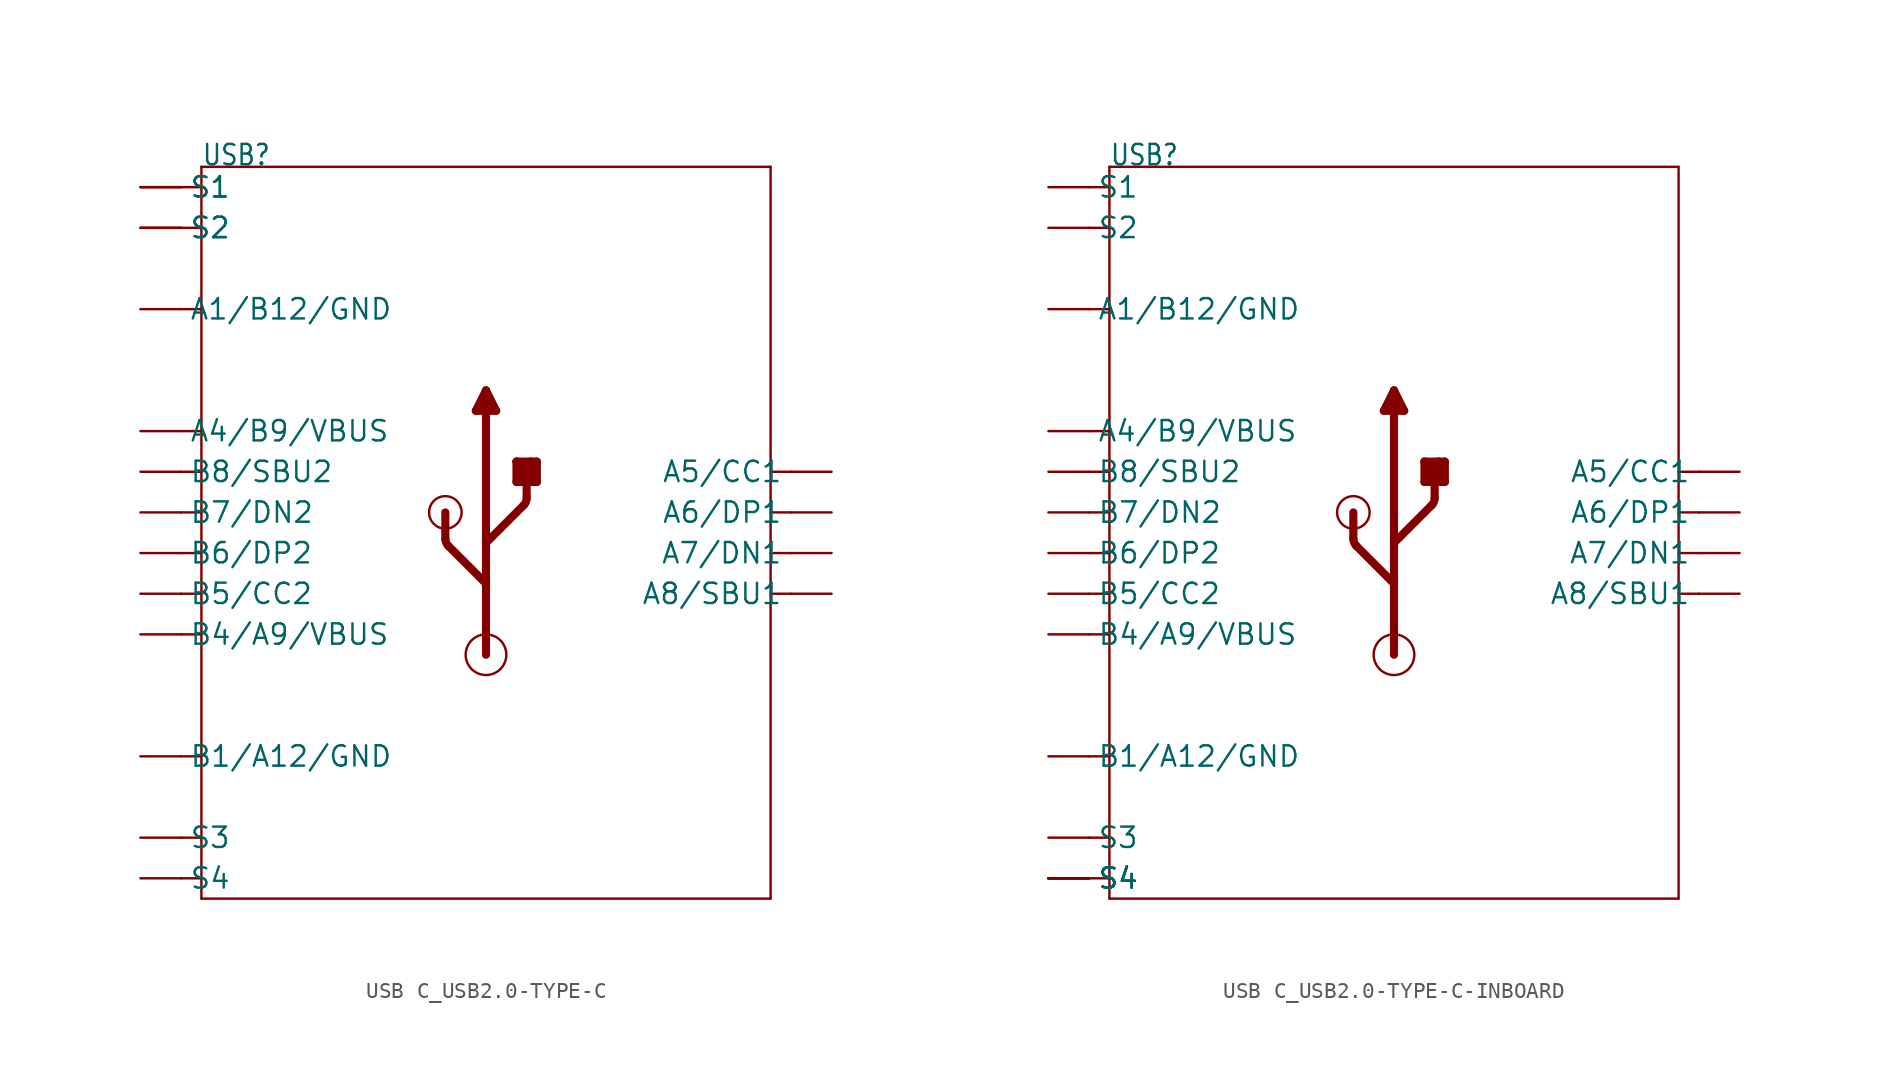
<source format=kicad_sym>
(kicad_symbol_lib
  (version 20231120)
  (generator "kicad_symbol_editor")
  (generator_version "8.0")
  (symbol "USB C_USB2.0-TYPE-C"
    (property "Reference" "USB"
      (at -17.78 22.86 0)
      (effects (font (size 1.27 1.079)) (justify left bottom)))
    (property "Value" ""
      (at -7.62 22.86 0)
      (effects (font (size 1.27 1.079)) (justify left bottom)))
    (property "ki_locked" ""
      (at 0 0 0)
      (effects (font (size 1.27 1.27))))
    (symbol "USB C_USB2.0-TYPE-C_1_0"
      (arc (start -2.5401 -0.3719) (mid -2.4917 -0.6149) (end -2.354 -0.8209) (stroke (width 0.508) (type solid)) (fill (type none)))
      (circle (center -2.54 1.27) (radius 1.016) (stroke (width 0) (type solid)) (fill (type none)))
      (circle (center 0 -7.62) (radius 1.27) (stroke (width 0) (type solid)) (fill (type none)))
      (polyline (pts (xy -19.05 -21.59) (xy -17.78 -21.59)) (stroke (width 0.152) (type solid)) (fill (type none)))
      (polyline (pts (xy -19.05 -19.05) (xy -17.78 -19.05)) (stroke (width 0.152) (type solid)) (fill (type none)))
      (polyline (pts (xy -19.05 -13.97) (xy -17.78 -13.97)) (stroke (width 0.152) (type solid)) (fill (type none)))
      (polyline (pts (xy -19.05 -6.35) (xy -17.78 -6.35)) (stroke (width 0.152) (type solid)) (fill (type none)))
      (polyline (pts (xy -19.05 -3.81) (xy -17.78 -3.81)) (stroke (width 0.152) (type solid)) (fill (type none)))
      (polyline (pts (xy -19.05 -1.27) (xy -17.78 -1.27)) (stroke (width 0.152) (type solid)) (fill (type none)))
      (polyline (pts (xy -19.05 1.27) (xy -17.78 1.27)) (stroke (width 0.152) (type solid)) (fill (type none)))
      (polyline (pts (xy -19.05 3.81) (xy -17.78 3.81)) (stroke (width 0.152) (type solid)) (fill (type none)))
      (polyline (pts (xy -19.05 6.35) (xy -17.78 6.35)) (stroke (width 0.152) (type solid)) (fill (type none)))
      (polyline (pts (xy -19.05 13.97) (xy -17.78 13.97)) (stroke (width 0.152) (type solid)) (fill (type none)))
      (polyline (pts (xy -19.05 19.05) (xy -17.78 19.05)) (stroke (width 0.152) (type solid)) (fill (type none)))
      (polyline (pts (xy -19.05 21.59) (xy -17.78 21.59)) (stroke (width 0.152) (type solid)) (fill (type none)))
      (polyline (pts (xy -17.78 -22.86) (xy -17.78 -21.59)) (stroke (width 0.152) (type solid)) (fill (type none)))
      (polyline (pts (xy -17.78 -21.59) (xy -17.78 -19.05)) (stroke (width 0.152) (type solid)) (fill (type none)))
      (polyline (pts (xy -17.78 -19.05) (xy -17.78 6.35)) (stroke (width 0.152) (type solid)) (fill (type none)))
      (polyline (pts (xy -17.78 6.35) (xy -17.78 13.97)) (stroke (width 0.152) (type solid)) (fill (type none)))
      (polyline (pts (xy -17.78 13.97) (xy -17.78 19.05)) (stroke (width 0.152) (type solid)) (fill (type none)))
      (polyline (pts (xy -17.78 19.05) (xy -17.78 21.59)) (stroke (width 0.152) (type solid)) (fill (type none)))
      (polyline (pts (xy -17.78 21.59) (xy -17.78 22.86)) (stroke (width 0.152) (type solid)) (fill (type none)))
      (polyline (pts (xy -17.78 22.86) (xy 17.78 22.86)) (stroke (width 0.152) (type solid)) (fill (type none)))
      (polyline (pts (xy -2.54 -0.372) (xy -2.54 1.27)) (stroke (width 0.508) (type solid)) (fill (type none)))
      (polyline (pts (xy -0.635 7.62) (xy 0.635 7.62)) (stroke (width 0.508) (type solid)) (fill (type none)))
      (polyline (pts (xy 0 -7.62) (xy 0 -3.175)) (stroke (width 0.508) (type solid)) (fill (type none)))
      (polyline (pts (xy 0 -3.175) (xy -2.354 -0.821)) (stroke (width 0.508) (type solid)) (fill (type none)))
      (polyline (pts (xy 0 -3.175) (xy 0 -0.635)) (stroke (width 0.508) (type solid)) (fill (type none)))
      (polyline (pts (xy 0 -0.635) (xy 0 8.89)) (stroke (width 0.508) (type solid)) (fill (type none)))
      (polyline (pts (xy 0 -0.635) (xy 2.354 1.719)) (stroke (width 0.508) (type solid)) (fill (type none)))
      (polyline (pts (xy 0 8.89) (xy -0.635 7.62)) (stroke (width 0.508) (type solid)) (fill (type none)))
      (polyline (pts (xy 0.635 7.62) (xy 0 8.89)) (stroke (width 0.508) (type solid)) (fill (type none)))
      (polyline (pts (xy 1.905 3.175) (xy 1.905 4.445)) (stroke (width 0.508) (type solid)) (fill (type none)))
      (polyline (pts (xy 1.905 4.445) (xy 2.794 4.445)) (stroke (width 0.508) (type solid)) (fill (type none)))
      (polyline (pts (xy 2.159 3.302) (xy 2.159 3.81)) (stroke (width 0.508) (type solid)) (fill (type none)))
      (polyline (pts (xy 2.54 2.168) (xy 2.54 3.81)) (stroke (width 0.508) (type solid)) (fill (type none)))
      (polyline (pts (xy 2.54 3.81) (xy 1.905 4.445)) (stroke (width 0.508) (type solid)) (fill (type none)))
      (polyline (pts (xy 2.794 3.302) (xy 2.159 3.302)) (stroke (width 0.508) (type solid)) (fill (type none)))
      (polyline (pts (xy 2.794 4.445) (xy 2.794 3.302)) (stroke (width 0.508) (type solid)) (fill (type none)))
      (polyline (pts (xy 2.794 4.445) (xy 3.175 4.445)) (stroke (width 0.508) (type solid)) (fill (type none)))
      (polyline (pts (xy 3.175 3.175) (xy 1.905 3.175)) (stroke (width 0.508) (type solid)) (fill (type none)))
      (polyline (pts (xy 3.175 4.445) (xy 3.175 3.175)) (stroke (width 0.508) (type solid)) (fill (type none)))
      (polyline (pts (xy 17.78 -22.86) (xy -17.78 -22.86)) (stroke (width 0.152) (type solid)) (fill (type none)))
      (polyline (pts (xy 17.78 22.86) (xy 17.78 -22.86)) (stroke (width 0.152) (type solid)) (fill (type none)))
      (polyline (pts (xy 19.05 -3.81) (xy 17.78 -3.81)) (stroke (width 0.152) (type solid)) (fill (type none)))
      (polyline (pts (xy 19.05 -1.27) (xy 17.78 -1.27)) (stroke (width 0.152) (type solid)) (fill (type none)))
      (polyline (pts (xy 19.05 1.27) (xy 17.78 1.27)) (stroke (width 0.152) (type solid)) (fill (type none)))
      (polyline (pts (xy 19.05 3.81) (xy 17.78 3.81)) (stroke (width 0.152) (type solid)) (fill (type none)))
      (arc (start 2.354 1.719) (mid 2.4916 1.925) (end 2.54 2.168) (stroke (width 0.508) (type solid)) (fill (type none)))
      (pin bidirectional line (at -21.59 13.97 0) (length 2.54) (name "A1/B12/GND" (effects (font (size 1.27 1.27)))) (number "A1_B12" (effects (font (size 0 0)))))
      (pin bidirectional line (at -21.59 6.35 0) (length 2.54) (name "A4/B9/VBUS" (effects (font (size 1.27 1.27)))) (number "A4_B9" (effects (font (size 0 0)))))
      (pin bidirectional line (at 21.59 3.81 180) (length 2.54) (name "A5/CC1" (effects (font (size 1.27 1.27)))) (number "A5" (effects (font (size 0 0)))))
      (pin bidirectional line (at 21.59 1.27 180) (length 2.54) (name "A6/DP1" (effects (font (size 1.27 1.27)))) (number "A6" (effects (font (size 0 0)))))
      (pin bidirectional line (at 21.59 -1.27 180) (length 2.54) (name "A7/DN1" (effects (font (size 1.27 1.27)))) (number "A7" (effects (font (size 0 0)))))
      (pin bidirectional line (at 21.59 -3.81 180) (length 2.54) (name "A8/SBU1" (effects (font (size 1.27 1.27)))) (number "A8" (effects (font (size 0 0)))))
      (pin bidirectional line (at -21.59 -13.97 0) (length 2.54) (name "B1/A12/GND" (effects (font (size 1.27 1.27)))) (number "B1_A12" (effects (font (size 0 0)))))
      (pin bidirectional line (at -21.59 -6.35 0) (length 2.54) (name "B4/A9/VBUS" (effects (font (size 1.27 1.27)))) (number "B4_A9" (effects (font (size 0 0)))))
      (pin bidirectional line (at -21.59 -3.81 0) (length 2.54) (name "B5/CC2" (effects (font (size 1.27 1.27)))) (number "B5" (effects (font (size 0 0)))))
      (pin bidirectional line (at -21.59 -1.27 0) (length 2.54) (name "B6/DP2" (effects (font (size 1.27 1.27)))) (number "B6" (effects (font (size 0 0)))))
      (pin bidirectional line (at -21.59 1.27 0) (length 2.54) (name "B7/DN2" (effects (font (size 1.27 1.27)))) (number "B7" (effects (font (size 0 0)))))
      (pin bidirectional line (at -21.59 3.81 0) (length 2.54) (name "B8/SBU2" (effects (font (size 1.27 1.27)))) (number "B8" (effects (font (size 0 0)))))
      (pin bidirectional line (at -21.59 21.59 0) (length 2.54) (name "S1" (effects (font (size 1.27 1.27)))) (number "S1" (effects (font (size 0 0)))))
      (pin bidirectional line (at -21.59 19.05 0) (length 2.54) (name "S2" (effects (font (size 1.27 1.27)))) (number "S2" (effects (font (size 0 0)))))
      (pin bidirectional line (at -21.59 -19.05 0) (length 2.54) (name "S3" (effects (font (size 1.27 1.27)))) (number "S3" (effects (font (size 0 0)))))
      (pin bidirectional line (at -21.59 -21.59 0) (length 2.54) (name "S4" (effects (font (size 1.27 1.27)))) (number "S4" (effects (font (size 0 0)))))
      (pin bidirectional line (at -21.59 21.59 0) (length 2.54) (name "S1" (effects (font (size 1.27 1.27)))) (number "S5" (effects (font (size 0 0)))))
      (pin bidirectional line (at -21.59 19.05 0) (length 2.54) (name "S2" (effects (font (size 1.27 1.27)))) (number "S6" (effects (font (size 0 0)))))))
  (symbol "USB C_USB2.0-TYPE-C-INBOARD"
    (property "Reference" "USB"
      (at -17.78 22.86 0)
      (effects (font (size 1.27 1.079)) (justify left bottom)))
    (property "Value" ""
      (at -7.62 22.86 0)
      (effects (font (size 1.27 1.079)) (justify left bottom)))
    (property "ki_locked" ""
      (at 0 0 0)
      (effects (font (size 1.27 1.27))))
    (symbol "USB C_USB2.0-TYPE-C-INBOARD_1_0"
      (arc (start -2.5401 -0.3719) (mid -2.4917 -0.6149) (end -2.354 -0.8209) (stroke (width 0.508) (type solid)) (fill (type none)))
      (circle (center -2.54 1.27) (radius 1.016) (stroke (width 0) (type solid)) (fill (type none)))
      (circle (center 0 -7.62) (radius 1.27) (stroke (width 0) (type solid)) (fill (type none)))
      (polyline (pts (xy -19.05 -21.59) (xy -17.78 -21.59)) (stroke (width 0.152) (type solid)) (fill (type none)))
      (polyline (pts (xy -19.05 -19.05) (xy -17.78 -19.05)) (stroke (width 0.152) (type solid)) (fill (type none)))
      (polyline (pts (xy -19.05 -13.97) (xy -17.78 -13.97)) (stroke (width 0.152) (type solid)) (fill (type none)))
      (polyline (pts (xy -19.05 -6.35) (xy -17.78 -6.35)) (stroke (width 0.152) (type solid)) (fill (type none)))
      (polyline (pts (xy -19.05 -3.81) (xy -17.78 -3.81)) (stroke (width 0.152) (type solid)) (fill (type none)))
      (polyline (pts (xy -19.05 -1.27) (xy -17.78 -1.27)) (stroke (width 0.152) (type solid)) (fill (type none)))
      (polyline (pts (xy -19.05 1.27) (xy -17.78 1.27)) (stroke (width 0.152) (type solid)) (fill (type none)))
      (polyline (pts (xy -19.05 3.81) (xy -17.78 3.81)) (stroke (width 0.152) (type solid)) (fill (type none)))
      (polyline (pts (xy -19.05 6.35) (xy -17.78 6.35)) (stroke (width 0.152) (type solid)) (fill (type none)))
      (polyline (pts (xy -19.05 13.97) (xy -17.78 13.97)) (stroke (width 0.152) (type solid)) (fill (type none)))
      (polyline (pts (xy -19.05 19.05) (xy -17.78 19.05)) (stroke (width 0.152) (type solid)) (fill (type none)))
      (polyline (pts (xy -19.05 21.59) (xy -17.78 21.59)) (stroke (width 0.152) (type solid)) (fill (type none)))
      (polyline (pts (xy -17.78 -22.86) (xy -17.78 -21.59)) (stroke (width 0.152) (type solid)) (fill (type none)))
      (polyline (pts (xy -17.78 -21.59) (xy -17.78 -19.05)) (stroke (width 0.152) (type solid)) (fill (type none)))
      (polyline (pts (xy -17.78 -19.05) (xy -17.78 6.35)) (stroke (width 0.152) (type solid)) (fill (type none)))
      (polyline (pts (xy -17.78 6.35) (xy -17.78 13.97)) (stroke (width 0.152) (type solid)) (fill (type none)))
      (polyline (pts (xy -17.78 13.97) (xy -17.78 19.05)) (stroke (width 0.152) (type solid)) (fill (type none)))
      (polyline (pts (xy -17.78 19.05) (xy -17.78 21.59)) (stroke (width 0.152) (type solid)) (fill (type none)))
      (polyline (pts (xy -17.78 21.59) (xy -17.78 22.86)) (stroke (width 0.152) (type solid)) (fill (type none)))
      (polyline (pts (xy -17.78 22.86) (xy 17.78 22.86)) (stroke (width 0.152) (type solid)) (fill (type none)))
      (polyline (pts (xy -2.54 -0.372) (xy -2.54 1.27)) (stroke (width 0.508) (type solid)) (fill (type none)))
      (polyline (pts (xy -0.635 7.62) (xy 0.635 7.62)) (stroke (width 0.508) (type solid)) (fill (type none)))
      (polyline (pts (xy 0 -7.62) (xy 0 -3.175)) (stroke (width 0.508) (type solid)) (fill (type none)))
      (polyline (pts (xy 0 -3.175) (xy -2.354 -0.821)) (stroke (width 0.508) (type solid)) (fill (type none)))
      (polyline (pts (xy 0 -3.175) (xy 0 -0.635)) (stroke (width 0.508) (type solid)) (fill (type none)))
      (polyline (pts (xy 0 -0.635) (xy 0 8.89)) (stroke (width 0.508) (type solid)) (fill (type none)))
      (polyline (pts (xy 0 -0.635) (xy 2.354 1.719)) (stroke (width 0.508) (type solid)) (fill (type none)))
      (polyline (pts (xy 0 8.89) (xy -0.635 7.62)) (stroke (width 0.508) (type solid)) (fill (type none)))
      (polyline (pts (xy 0.635 7.62) (xy 0 8.89)) (stroke (width 0.508) (type solid)) (fill (type none)))
      (polyline (pts (xy 1.905 3.175) (xy 1.905 4.445)) (stroke (width 0.508) (type solid)) (fill (type none)))
      (polyline (pts (xy 1.905 4.445) (xy 2.794 4.445)) (stroke (width 0.508) (type solid)) (fill (type none)))
      (polyline (pts (xy 2.159 3.302) (xy 2.159 3.81)) (stroke (width 0.508) (type solid)) (fill (type none)))
      (polyline (pts (xy 2.54 2.168) (xy 2.54 3.81)) (stroke (width 0.508) (type solid)) (fill (type none)))
      (polyline (pts (xy 2.54 3.81) (xy 1.905 4.445)) (stroke (width 0.508) (type solid)) (fill (type none)))
      (polyline (pts (xy 2.794 3.302) (xy 2.159 3.302)) (stroke (width 0.508) (type solid)) (fill (type none)))
      (polyline (pts (xy 2.794 4.445) (xy 2.794 3.302)) (stroke (width 0.508) (type solid)) (fill (type none)))
      (polyline (pts (xy 2.794 4.445) (xy 3.175 4.445)) (stroke (width 0.508) (type solid)) (fill (type none)))
      (polyline (pts (xy 3.175 3.175) (xy 1.905 3.175)) (stroke (width 0.508) (type solid)) (fill (type none)))
      (polyline (pts (xy 3.175 4.445) (xy 3.175 3.175)) (stroke (width 0.508) (type solid)) (fill (type none)))
      (polyline (pts (xy 17.78 -22.86) (xy -17.78 -22.86)) (stroke (width 0.152) (type solid)) (fill (type none)))
      (polyline (pts (xy 17.78 22.86) (xy 17.78 -22.86)) (stroke (width 0.152) (type solid)) (fill (type none)))
      (polyline (pts (xy 19.05 -3.81) (xy 17.78 -3.81)) (stroke (width 0.152) (type solid)) (fill (type none)))
      (polyline (pts (xy 19.05 -1.27) (xy 17.78 -1.27)) (stroke (width 0.152) (type solid)) (fill (type none)))
      (polyline (pts (xy 19.05 1.27) (xy 17.78 1.27)) (stroke (width 0.152) (type solid)) (fill (type none)))
      (polyline (pts (xy 19.05 3.81) (xy 17.78 3.81)) (stroke (width 0.152) (type solid)) (fill (type none)))
      (arc (start 2.354 1.719) (mid 2.4916 1.925) (end 2.54 2.168) (stroke (width 0.508) (type solid)) (fill (type none)))
      (pin bidirectional line (at -21.59 13.97 0) (length 2.54) (name "A1/B12/GND" (effects (font (size 1.27 1.27)))) (number "A1_B12" (effects (font (size 0 0)))))
      (pin bidirectional line (at -21.59 6.35 0) (length 2.54) (name "A4/B9/VBUS" (effects (font (size 1.27 1.27)))) (number "A4_B9" (effects (font (size 0 0)))))
      (pin bidirectional line (at 21.59 3.81 180) (length 2.54) (name "A5/CC1" (effects (font (size 1.27 1.27)))) (number "A5" (effects (font (size 0 0)))))
      (pin bidirectional line (at 21.59 1.27 180) (length 2.54) (name "A6/DP1" (effects (font (size 1.27 1.27)))) (number "A6" (effects (font (size 0 0)))))
      (pin bidirectional line (at 21.59 -1.27 180) (length 2.54) (name "A7/DN1" (effects (font (size 1.27 1.27)))) (number "A7" (effects (font (size 0 0)))))
      (pin bidirectional line (at 21.59 -3.81 180) (length 2.54) (name "A8/SBU1" (effects (font (size 1.27 1.27)))) (number "A8" (effects (font (size 0 0)))))
      (pin bidirectional line (at -21.59 -13.97 0) (length 2.54) (name "B1/A12/GND" (effects (font (size 1.27 1.27)))) (number "B1_A12" (effects (font (size 0 0)))))
      (pin bidirectional line (at -21.59 -6.35 0) (length 2.54) (name "B4/A9/VBUS" (effects (font (size 1.27 1.27)))) (number "B4_A9" (effects (font (size 0 0)))))
      (pin bidirectional line (at -21.59 -3.81 0) (length 2.54) (name "B5/CC2" (effects (font (size 1.27 1.27)))) (number "B5" (effects (font (size 0 0)))))
      (pin bidirectional line (at -21.59 -1.27 0) (length 2.54) (name "B6/DP2" (effects (font (size 1.27 1.27)))) (number "B6" (effects (font (size 0 0)))))
      (pin bidirectional line (at -21.59 1.27 0) (length 2.54) (name "B7/DN2" (effects (font (size 1.27 1.27)))) (number "B7" (effects (font (size 0 0)))))
      (pin bidirectional line (at -21.59 3.81 0) (length 2.54) (name "B8/SBU2" (effects (font (size 1.27 1.27)))) (number "B8" (effects (font (size 0 0)))))
      (pin bidirectional line (at -21.59 21.59 0) (length 2.54) (name "S1" (effects (font (size 1.27 1.27)))) (number "S1" (effects (font (size 0 0)))))
      (pin bidirectional line (at -21.59 19.05 0) (length 2.54) (name "S2" (effects (font (size 1.27 1.27)))) (number "S2" (effects (font (size 0 0)))))
      (pin bidirectional line (at -21.59 -19.05 0) (length 2.54) (name "S3" (effects (font (size 1.27 1.27)))) (number "S3" (effects (font (size 0 0)))))
      (pin bidirectional line (at -21.59 -21.59 0) (length 2.54) (name "S4" (effects (font (size 1.27 1.27)))) (number "S4" (effects (font (size 0 0)))))
      (pin bidirectional line (at -21.59 -21.59 0) (length 2.54) (name "S4" (effects (font (size 1.27 1.27)))) (number "SS1" (effects (font (size 0 0)))))
      (pin bidirectional line (at -21.59 -21.59 0) (length 2.54) (name "S4" (effects (font (size 1.27 1.27)))) (number "SS2" (effects (font (size 0 0)))))
      (pin bidirectional line (at -21.59 -21.59 0) (length 2.54) (name "S4" (effects (font (size 1.27 1.27)))) (number "SS3" (effects (font (size 0 0)))))
      (pin bidirectional line (at -21.59 -21.59 0) (length 2.54) (name "S4" (effects (font (size 1.27 1.27)))) (number "SS4" (effects (font (size 0 0))))))))
</source>
